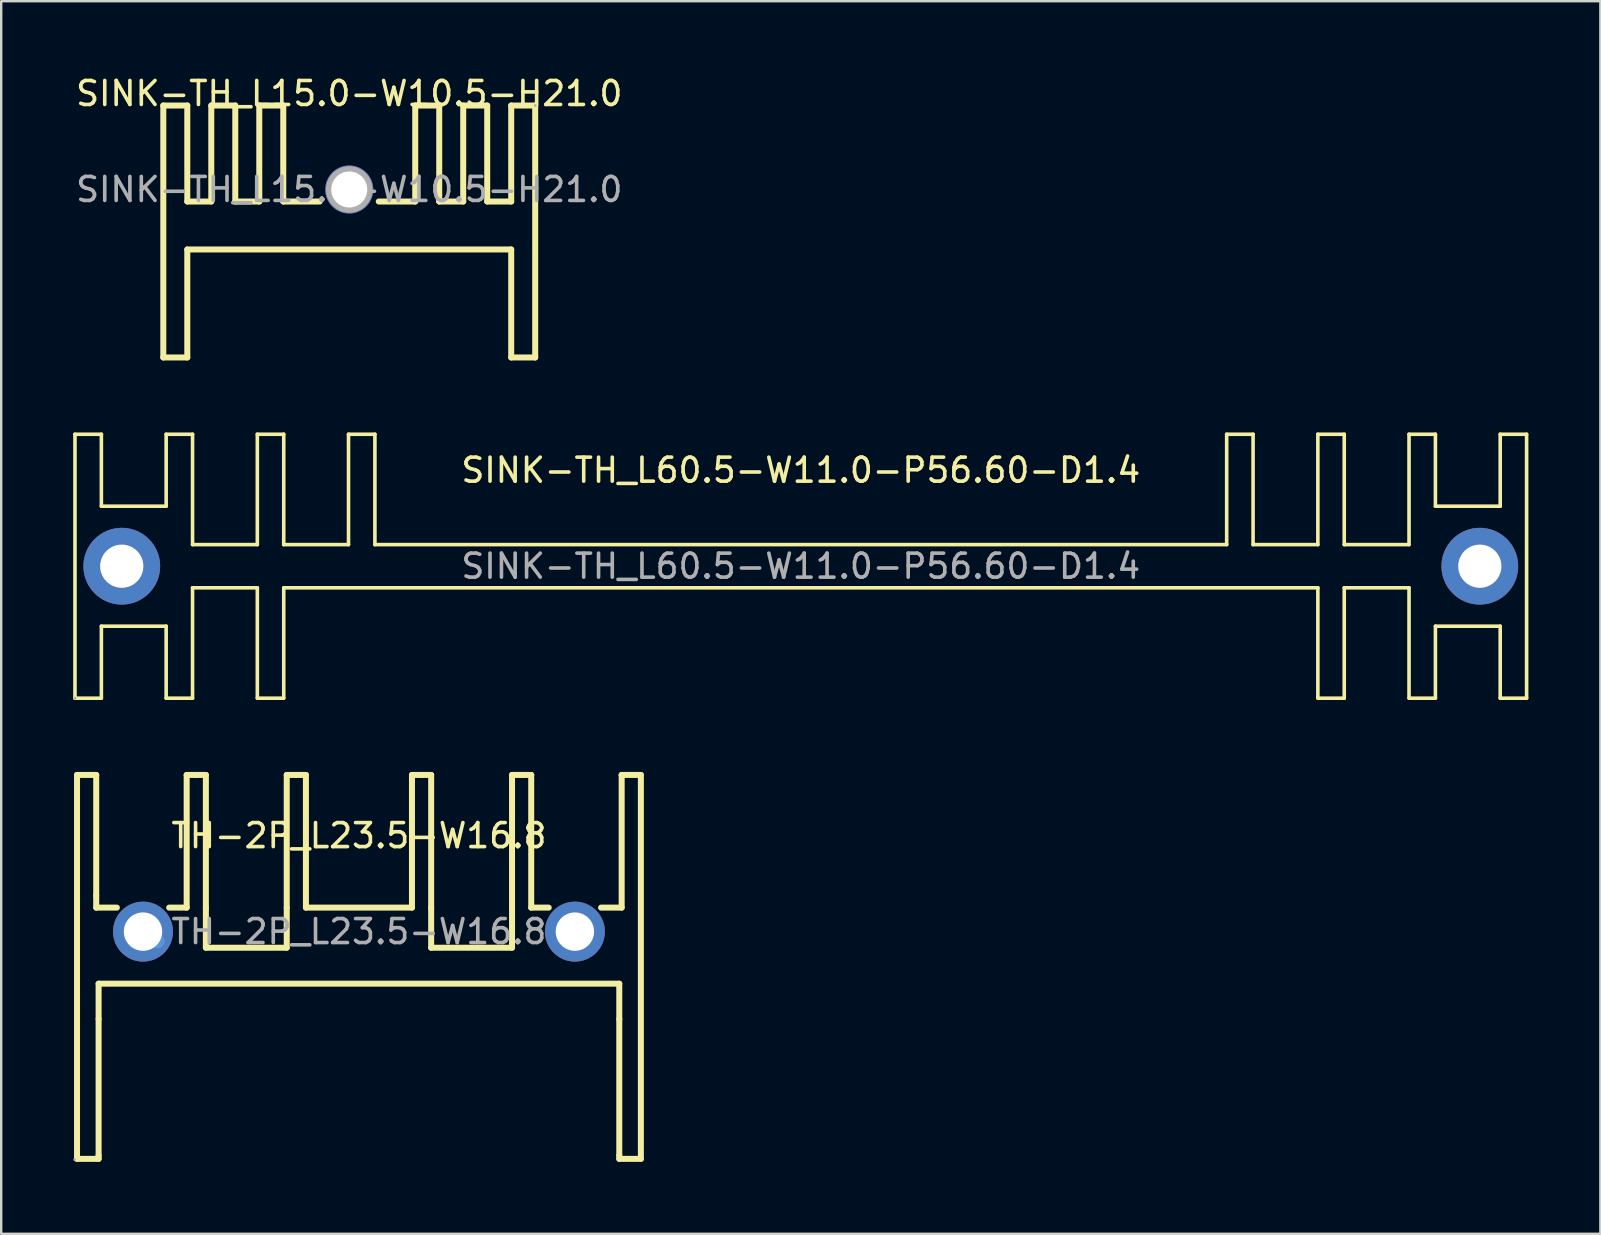
<source format=kicad_pcb>
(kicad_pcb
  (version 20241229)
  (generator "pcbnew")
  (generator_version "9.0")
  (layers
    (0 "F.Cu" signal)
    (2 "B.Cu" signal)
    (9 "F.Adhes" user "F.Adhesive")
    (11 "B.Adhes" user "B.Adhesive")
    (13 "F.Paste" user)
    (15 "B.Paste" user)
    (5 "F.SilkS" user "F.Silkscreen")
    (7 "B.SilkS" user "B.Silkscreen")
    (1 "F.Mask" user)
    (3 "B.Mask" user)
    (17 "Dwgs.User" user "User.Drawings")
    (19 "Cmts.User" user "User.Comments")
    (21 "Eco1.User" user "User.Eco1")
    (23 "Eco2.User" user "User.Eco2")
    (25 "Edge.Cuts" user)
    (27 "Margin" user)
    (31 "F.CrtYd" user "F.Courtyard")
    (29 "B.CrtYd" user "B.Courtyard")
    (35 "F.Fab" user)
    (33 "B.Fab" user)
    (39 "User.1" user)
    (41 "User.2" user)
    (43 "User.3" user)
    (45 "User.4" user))
  (footprint "TH-2P_L23.5-W16.8"
    (layer "F.Cu")
    (at 11.91 35.778)
    (property "Reference" "TH-2P_L23.5-W16.8" (at 0 -4 0) (layer "F.SilkS") (effects (font (size 1 1) (thickness 0.15))))
    (attr through_hole)
    (fp_line (start -11.75 -6.53) (end -11.75 9.47) (stroke (width 0.25) (type solid)) (layer "F.SilkS"))
    (fp_line (start -11.75 -6.53) (end -10.95 -6.53) (stroke (width 0.25) (type solid)) (layer "F.SilkS"))
    (fp_line (start -11.75 9.47) (end -10.85 9.47) (stroke (width 0.25) (type solid)) (layer "F.SilkS"))
    (fp_line (start -10.95 -6.53) (end -10.95 -1.5) (stroke (width 0.25) (type solid)) (layer "F.SilkS"))
    (fp_line (start -10.95 -1.5) (end -10.95 -1) (stroke (width 0.25) (type solid)) (layer "F.SilkS"))
    (fp_line (start -10.95 -1) (end -10.09 -1) (stroke (width 0.25) (type solid)) (layer "F.SilkS"))
    (fp_line (start -10.85 2.17) (end 10.85 2.17) (stroke (width 0.25) (type solid)) (layer "F.SilkS"))
    (fp_line (start -10.85 3.64) (end -10.85 2.17) (stroke (width 0.25) (type solid)) (layer "F.SilkS"))
    (fp_line (start -10.85 3.64) (end -10.85 9.33) (stroke (width 0.25) (type solid)) (layer "F.SilkS"))
    (fp_line (start -10.85 9.33) (end -10.85 9.47) (stroke (width 0.25) (type solid)) (layer "F.SilkS"))
    (fp_line (start -7.91 -1) (end -7.18 -1) (stroke (width 0.25) (type solid)) (layer "F.SilkS"))
    (fp_line (start -7.18 -6.53) (end -7.18 -1) (stroke (width 0.25) (type solid)) (layer "F.SilkS"))
    (fp_line (start -6.78 -6.53) (end -7.18 -6.53) (stroke (width 0.25) (type solid)) (layer "F.SilkS"))
    (fp_line (start -6.78 -6.53) (end -6.38 -6.53) (stroke (width 0.25) (type solid)) (layer "F.SilkS"))
    (fp_line (start -6.38 -6.53) (end -6.38 -1) (stroke (width 0.25) (type solid)) (layer "F.SilkS"))
    (fp_line (start -6.38 -1) (end -6.38 0.67) (stroke (width 0.25) (type solid)) (layer "F.SilkS"))
    (fp_line (start -6.38 0.67) (end -3.01 0.67) (stroke (width 0.25) (type solid)) (layer "F.SilkS"))
    (fp_line (start -3.01 -6.53) (end -3.01 -1) (stroke (width 0.25) (type solid)) (layer "F.SilkS"))
    (fp_line (start -3.01 0.67) (end -3.01 -1) (stroke (width 0.25) (type solid)) (layer "F.SilkS"))
    (fp_line (start -2.61 -6.53) (end -3.01 -6.53) (stroke (width 0.25) (type solid)) (layer "F.SilkS"))
    (fp_line (start -2.61 -6.53) (end -2.21 -6.53) (stroke (width 0.25) (type solid)) (layer "F.SilkS"))
    (fp_line (start -2.21 -6.53) (end -2.21 -1) (stroke (width 0.25) (type solid)) (layer "F.SilkS"))
    (fp_line (start -2.21 -1) (end 2.21 -1) (stroke (width 0.25) (type solid)) (layer "F.SilkS"))
    (fp_line (start 2.21 -6.53) (end 2.21 -1) (stroke (width 0.25) (type solid)) (layer "F.SilkS"))
    (fp_line (start 2.61 -6.53) (end 2.21 -6.53) (stroke (width 0.25) (type solid)) (layer "F.SilkS"))
    (fp_line (start 2.61 -6.53) (end 3.01 -6.53) (stroke (width 0.25) (type solid)) (layer "F.SilkS"))
    (fp_line (start 3.01 -6.53) (end 3.01 -1) (stroke (width 0.25) (type solid)) (layer "F.SilkS"))
    (fp_line (start 3.01 -1) (end 3.01 0.67) (stroke (width 0.25) (type solid)) (layer "F.SilkS"))
    (fp_line (start 6.38 -6.53) (end 6.38 -1) (stroke (width 0.25) (type solid)) (layer "F.SilkS"))
    (fp_line (start 6.38 -1) (end 6.38 0.67) (stroke (width 0.25) (type solid)) (layer "F.SilkS"))
    (fp_line (start 6.38 0.67) (end 3.01 0.67) (stroke (width 0.25) (type solid)) (layer "F.SilkS"))
    (fp_line (start 6.78 -6.53) (end 6.38 -6.53) (stroke (width 0.25) (type solid)) (layer "F.SilkS"))
    (fp_line (start 6.78 -6.53) (end 7.18 -6.53) (stroke (width 0.25) (type solid)) (layer "F.SilkS"))
    (fp_line (start 7.18 -6.53) (end 7.18 -1) (stroke (width 0.25) (type solid)) (layer "F.SilkS"))
    (fp_line (start 7.18 -1) (end 7.91 -1) (stroke (width 0.25) (type solid)) (layer "F.SilkS"))
    (fp_line (start 10.09 -1) (end 10.95 -1) (stroke (width 0.25) (type solid)) (layer "F.SilkS"))
    (fp_line (start 10.85 3.64) (end 10.85 2.17) (stroke (width 0.25) (type solid)) (layer "F.SilkS"))
    (fp_line (start 10.85 3.64) (end 10.85 9.33) (stroke (width 0.25) (type solid)) (layer "F.SilkS"))
    (fp_line (start 10.85 9.33) (end 10.85 9.47) (stroke (width 0.25) (type solid)) (layer "F.SilkS"))
    (fp_line (start 10.95 -6.53) (end 10.95 -6.53) (stroke (width 0.25) (type solid)) (layer "F.SilkS"))
    (fp_line (start 10.95 -6.53) (end 11.75 -6.53) (stroke (width 0.25) (type solid)) (layer "F.SilkS"))
    (fp_line (start 10.95 -1) (end 10.95 -6.53) (stroke (width 0.25) (type solid)) (layer "F.SilkS"))
    (fp_line (start 11.75 -6.53) (end 11.75 9.47) (stroke (width 0.25) (type solid)) (layer "F.SilkS"))
    (fp_line (start 11.75 9.47) (end 10.85 9.47) (stroke (width 0.25) (type solid)) (layer "F.SilkS"))
    (fp_circle (center -8.4 0.4) (end -8.25 0.4) (stroke (width 0.3) (type solid)) (fill no) (layer "Cmts.User"))
    (fp_circle (center -11.85 9.5) (end -11.82 9.5) (stroke (width 0.06) (type solid)) (fill no) (layer "F.Fab"))
    (fp_circle (center -9 0) (end -8.66 0) (stroke (width 0.68) (type solid)) (fill no) (layer "F.Fab"))
    (fp_circle (center 9 0) (end 9.34 0) (stroke (width 0.68) (type solid)) (fill no) (layer "F.Fab"))
    (fp_text user "${REFERENCE}" (at 0 0 0) (layer "F.Fab") (effects (font (size 1 1) (thickness 0.15))))
    (pad "1" thru_hole circle (at -9 0) (size 2.5 2.5) (drill 1.6) (layers "*.Cu" "*.Paste" "*.Mask"))
    (pad "2" thru_hole circle (at 9 0) (size 2.5 2.5) (drill 1.6) (layers "*.Cu" "*.Paste" "*.Mask")))
  (footprint "SINK-TH_L15.0-W10.5-H21.0"
    (layer "F.Cu")
    (at 11.506 4.848)
    (property "Reference" "SINK-TH_L15.0-W10.5-H21.0" (at 0 -4 0) (layer "F.SilkS") (effects (font (size 1 1) (thickness 0.15))))
    (attr through_hole)
    (fp_line (start -7.75 -3.5) (end -6.75 -3.5) (stroke (width 0.25) (type solid)) (layer "F.SilkS"))
    (fp_line (start -7.75 7) (end -7.75 -3.5) (stroke (width 0.25) (type solid)) (layer "F.SilkS"))
    (fp_line (start -7.75 7) (end -6.75 7) (stroke (width 0.25) (type solid)) (layer "F.SilkS"))
    (fp_line (start -6.75 -3.5) (end -6.75 0.5) (stroke (width 0.25) (type solid)) (layer "F.SilkS"))
    (fp_line (start -6.75 0.5) (end -5.75 0.5) (stroke (width 0.25) (type solid)) (layer "F.SilkS"))
    (fp_line (start -6.75 2.5) (end 6.75 2.5) (stroke (width 0.25) (type solid)) (layer "F.SilkS"))
    (fp_line (start -6.75 7) (end -6.75 2.5) (stroke (width 0.25) (type solid)) (layer "F.SilkS"))
    (fp_line (start -5.75 -3.5) (end -4.75 -3.5) (stroke (width 0.25) (type solid)) (layer "F.SilkS"))
    (fp_line (start -5.75 0.5) (end -5.75 -3.5) (stroke (width 0.25) (type solid)) (layer "F.SilkS"))
    (fp_line (start -4.75 -3.5) (end -4.75 0.5) (stroke (width 0.25) (type solid)) (layer "F.SilkS"))
    (fp_line (start -4.75 0.5) (end -3.75 0.5) (stroke (width 0.25) (type solid)) (layer "F.SilkS"))
    (fp_line (start -3.75 -3.5) (end -2.75 -3.5) (stroke (width 0.25) (type solid)) (layer "F.SilkS"))
    (fp_line (start -3.75 0.5) (end -3.75 -3.5) (stroke (width 0.25) (type solid)) (layer "F.SilkS"))
    (fp_line (start -2.75 -3.5) (end -2.75 0.5) (stroke (width 0.25) (type solid)) (layer "F.SilkS"))
    (fp_line (start -2.75 0.5) (end -1.23 0.5) (stroke (width 0.25) (type solid)) (layer "F.SilkS"))
    (fp_line (start 1.23 0.5) (end 2.75 0.5) (stroke (width 0.25) (type solid)) (layer "F.SilkS"))
    (fp_line (start 2.75 -3.5) (end 2.75 0.5) (stroke (width 0.25) (type solid)) (layer "F.SilkS"))
    (fp_line (start 3.75 -3.5) (end 2.75 -3.5) (stroke (width 0.25) (type solid)) (layer "F.SilkS"))
    (fp_line (start 3.75 0.5) (end 3.75 -3.5) (stroke (width 0.25) (type solid)) (layer "F.SilkS"))
    (fp_line (start 4.75 -3.5) (end 4.75 0.5) (stroke (width 0.25) (type solid)) (layer "F.SilkS"))
    (fp_line (start 4.75 0.5) (end 3.75 0.5) (stroke (width 0.25) (type solid)) (layer "F.SilkS"))
    (fp_line (start 5.75 -3.5) (end 4.75 -3.5) (stroke (width 0.25) (type solid)) (layer "F.SilkS"))
    (fp_line (start 5.75 0.5) (end 5.75 -3.5) (stroke (width 0.25) (type solid)) (layer "F.SilkS"))
    (fp_line (start 6.75 -3.5) (end 6.75 0.5) (stroke (width 0.25) (type solid)) (layer "F.SilkS"))
    (fp_line (start 6.75 0.5) (end 5.75 0.5) (stroke (width 0.25) (type solid)) (layer "F.SilkS"))
    (fp_line (start 6.75 2.5) (end 6.75 7) (stroke (width 0.25) (type solid)) (layer "F.SilkS"))
    (fp_line (start 6.75 7) (end 7.75 7) (stroke (width 0.25) (type solid)) (layer "F.SilkS"))
    (fp_line (start 7.75 -3.5) (end 6.75 -3.5) (stroke (width 0.25) (type solid)) (layer "F.SilkS"))
    (fp_line (start 7.75 7) (end 7.75 -3.5) (stroke (width 0.25) (type solid)) (layer "F.SilkS"))
    (fp_circle (center 0 0) (end 0.32 0) (stroke (width 0.65) (type solid)) (fill no) (layer "F.Fab"))
    (fp_circle (center 7.75 -3.5) (end 7.78 -3.5) (stroke (width 0.06) (type solid)) (fill no) (layer "F.Fab"))
    (fp_text user "${REFERENCE}" (at 0 0 0) (layer "F.Fab") (effects (font (size 1 1) (thickness 0.15))))
    (pad "1" thru_hole circle (at 0 0) (size 2 2) (drill 1.5) (layers "*.Cu" "*.Paste" "*.Mask")))
  (footprint "SINK-TH_L60.5-W11.0-P56.60-D1.4"
    (layer "F.Cu")
    (at 30.325 20.548)
    (property "Reference" "SINK-TH_L60.5-W11.0-P56.60-D1.4" (at 0 -4 0) (layer "F.SilkS") (effects (font (size 1 1) (thickness 0.15))))
    (attr through_hole)
    (fp_line (start -30.25 -5.5) (end -30.25 5.5) (stroke (width 0.15) (type solid)) (layer "F.SilkS"))
    (fp_line (start -30.25 5.5) (end -29.15 5.5) (stroke (width 0.15) (type solid)) (layer "F.SilkS"))
    (fp_line (start -29.15 -5.5) (end -30.25 -5.5) (stroke (width 0.15) (type solid)) (layer "F.SilkS"))
    (fp_line (start -29.15 -2.5) (end -29.15 -5.5) (stroke (width 0.15) (type solid)) (layer "F.SilkS"))
    (fp_line (start -29.15 2.5) (end -26.45 2.5) (stroke (width 0.15) (type solid)) (layer "F.SilkS"))
    (fp_line (start -29.15 5.5) (end -29.15 2.5) (stroke (width 0.15) (type solid)) (layer "F.SilkS"))
    (fp_line (start -26.45 -5.5) (end -26.45 -2.5) (stroke (width 0.15) (type solid)) (layer "F.SilkS"))
    (fp_line (start -26.45 -2.5) (end -29.15 -2.5) (stroke (width 0.15) (type solid)) (layer "F.SilkS"))
    (fp_line (start -26.45 2.5) (end -26.45 5.5) (stroke (width 0.15) (type solid)) (layer "F.SilkS"))
    (fp_line (start -26.45 5.5) (end -25.35 5.5) (stroke (width 0.15) (type solid)) (layer "F.SilkS"))
    (fp_line (start -25.35 -5.5) (end -26.45 -5.5) (stroke (width 0.15) (type solid)) (layer "F.SilkS"))
    (fp_line (start -25.35 -0.9) (end -25.35 -5.5) (stroke (width 0.15) (type solid)) (layer "F.SilkS"))
    (fp_line (start -25.35 0.9) (end -22.65 0.9) (stroke (width 0.15) (type solid)) (layer "F.SilkS"))
    (fp_line (start -25.35 5.5) (end -25.35 0.9) (stroke (width 0.15) (type solid)) (layer "F.SilkS"))
    (fp_line (start -22.65 -5.5) (end -22.65 -0.9) (stroke (width 0.15) (type solid)) (layer "F.SilkS"))
    (fp_line (start -22.65 -0.9) (end -25.35 -0.9) (stroke (width 0.15) (type solid)) (layer "F.SilkS"))
    (fp_line (start -22.65 0.9) (end -22.65 5.5) (stroke (width 0.15) (type solid)) (layer "F.SilkS"))
    (fp_line (start -22.65 5.5) (end -21.55 5.5) (stroke (width 0.15) (type solid)) (layer "F.SilkS"))
    (fp_line (start -21.55 -5.5) (end -22.65 -5.5) (stroke (width 0.15) (type solid)) (layer "F.SilkS"))
    (fp_line (start -21.55 -0.9) (end -21.55 -5.5) (stroke (width 0.15) (type solid)) (layer "F.SilkS"))
    (fp_line (start -21.55 0.9) (end 21.55 0.9) (stroke (width 0.15) (type solid)) (layer "F.SilkS"))
    (fp_line (start -21.55 5.5) (end -21.55 0.9) (stroke (width 0.15) (type solid)) (layer "F.SilkS"))
    (fp_line (start -18.85 -5.5) (end -18.85 -0.9) (stroke (width 0.15) (type solid)) (layer "F.SilkS"))
    (fp_line (start -18.85 -0.9) (end -21.55 -0.9) (stroke (width 0.15) (type solid)) (layer "F.SilkS"))
    (fp_line (start -17.75 -5.5) (end -18.85 -5.5) (stroke (width 0.15) (type solid)) (layer "F.SilkS"))
    (fp_line (start -17.75 -0.9) (end -17.75 -5.5) (stroke (width 0.15) (type solid)) (layer "F.SilkS"))
    (fp_line (start 17.75 -5.5) (end 17.75 -0.9) (stroke (width 0.15) (type solid)) (layer "F.SilkS"))
    (fp_line (start 17.75 -0.9) (end -17.75 -0.9) (stroke (width 0.15) (type solid)) (layer "F.SilkS"))
    (fp_line (start 18.85 -5.5) (end 17.75 -5.5) (stroke (width 0.15) (type solid)) (layer "F.SilkS"))
    (fp_line (start 18.85 -0.9) (end 18.85 -5.5) (stroke (width 0.15) (type solid)) (layer "F.SilkS"))
    (fp_line (start 21.55 -5.5) (end 21.55 -0.9) (stroke (width 0.15) (type solid)) (layer "F.SilkS"))
    (fp_line (start 21.55 -0.9) (end 18.85 -0.9) (stroke (width 0.15) (type solid)) (layer "F.SilkS"))
    (fp_line (start 21.55 0.9) (end 21.55 5.5) (stroke (width 0.15) (type solid)) (layer "F.SilkS"))
    (fp_line (start 21.55 5.5) (end 22.65 5.5) (stroke (width 0.15) (type solid)) (layer "F.SilkS"))
    (fp_line (start 22.65 -5.5) (end 21.55 -5.5) (stroke (width 0.15) (type solid)) (layer "F.SilkS"))
    (fp_line (start 22.65 -0.9) (end 22.65 -5.5) (stroke (width 0.15) (type solid)) (layer "F.SilkS"))
    (fp_line (start 22.65 0.9) (end 25.35 0.9) (stroke (width 0.15) (type solid)) (layer "F.SilkS"))
    (fp_line (start 22.65 5.5) (end 22.65 0.9) (stroke (width 0.15) (type solid)) (layer "F.SilkS"))
    (fp_line (start 25.35 -5.5) (end 25.35 -0.9) (stroke (width 0.15) (type solid)) (layer "F.SilkS"))
    (fp_line (start 25.35 -0.9) (end 22.65 -0.9) (stroke (width 0.15) (type solid)) (layer "F.SilkS"))
    (fp_line (start 25.35 0.9) (end 25.35 5.5) (stroke (width 0.15) (type solid)) (layer "F.SilkS"))
    (fp_line (start 25.35 5.5) (end 26.45 5.5) (stroke (width 0.15) (type solid)) (layer "F.SilkS"))
    (fp_line (start 26.45 -5.5) (end 25.35 -5.5) (stroke (width 0.15) (type solid)) (layer "F.SilkS"))
    (fp_line (start 26.45 -2.5) (end 26.45 -5.5) (stroke (width 0.15) (type solid)) (layer "F.SilkS"))
    (fp_line (start 26.45 2.5) (end 29.15 2.5) (stroke (width 0.15) (type solid)) (layer "F.SilkS"))
    (fp_line (start 26.45 5.5) (end 26.45 2.5) (stroke (width 0.15) (type solid)) (layer "F.SilkS"))
    (fp_line (start 29.15 -5.5) (end 29.15 -2.5) (stroke (width 0.15) (type solid)) (layer "F.SilkS"))
    (fp_line (start 29.15 -2.5) (end 26.45 -2.5) (stroke (width 0.15) (type solid)) (layer "F.SilkS"))
    (fp_line (start 29.15 2.5) (end 29.15 5.5) (stroke (width 0.15) (type solid)) (layer "F.SilkS"))
    (fp_line (start 29.15 5.5) (end 30.25 5.5) (stroke (width 0.15) (type solid)) (layer "F.SilkS"))
    (fp_line (start 30.25 -5.5) (end 29.15 -5.5) (stroke (width 0.15) (type solid)) (layer "F.SilkS"))
    (fp_line (start 30.25 5.5) (end 30.25 -5.5) (stroke (width 0.15) (type solid)) (layer "F.SilkS"))
    (fp_circle (center -30.25 5.5) (end -30.22 5.5) (stroke (width 0.06) (type solid)) (fill no) (layer "F.Fab"))
    (fp_circle (center -28.3 0) (end -27.95 0) (stroke (width 0.7) (type solid)) (fill no) (layer "F.Fab"))
    (fp_circle (center 28.3 0) (end 28.65 0) (stroke (width 0.7) (type solid)) (fill no) (layer "F.Fab"))
    (fp_text user "${REFERENCE}" (at 0 0 0) (layer "F.Fab") (effects (font (size 1 1) (thickness 0.15))))
    (pad "1" thru_hole circle (at -28.3 0) (size 3.2 3.2) (drill 1.8) (layers "*.Cu" "*.Paste" "*.Mask"))
    (pad "2" thru_hole circle (at 28.3 0) (size 3.2 3.2) (drill 1.8) (layers "*.Cu" "*.Paste" "*.Mask")))
  (gr_rect
    (start -3 -3)
    (end 63.65 48.373)
    (stroke (width 0.1) (type default))
    (fill no)
    (layer "Edge.Cuts")))
</source>
